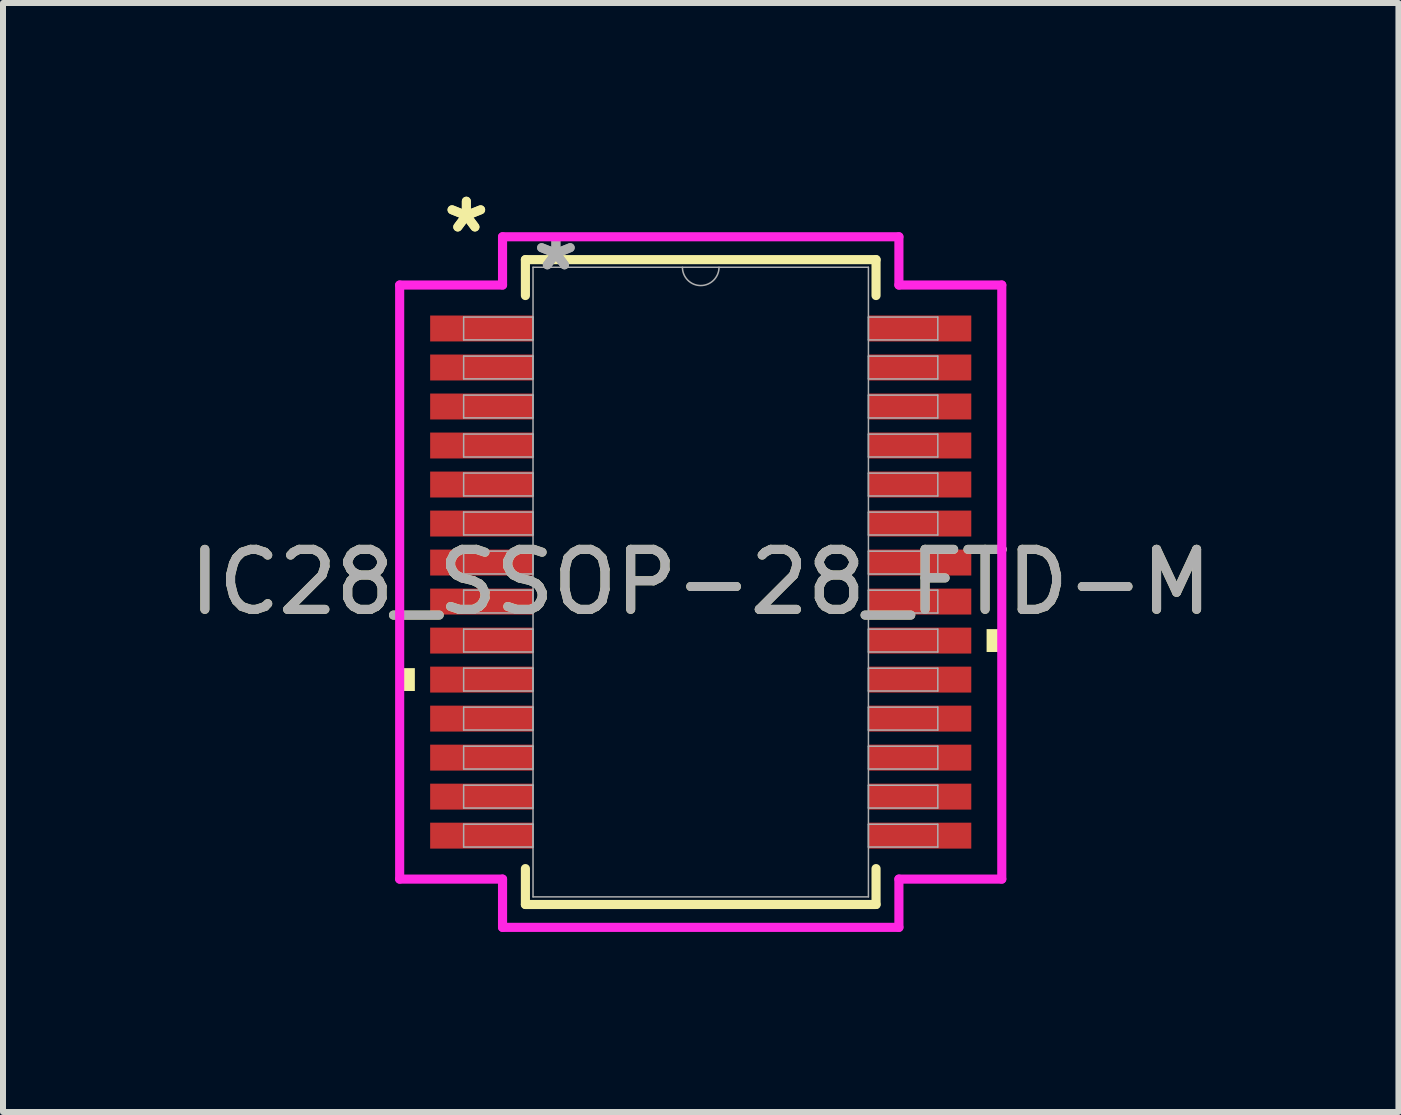
<source format=kicad_pcb>
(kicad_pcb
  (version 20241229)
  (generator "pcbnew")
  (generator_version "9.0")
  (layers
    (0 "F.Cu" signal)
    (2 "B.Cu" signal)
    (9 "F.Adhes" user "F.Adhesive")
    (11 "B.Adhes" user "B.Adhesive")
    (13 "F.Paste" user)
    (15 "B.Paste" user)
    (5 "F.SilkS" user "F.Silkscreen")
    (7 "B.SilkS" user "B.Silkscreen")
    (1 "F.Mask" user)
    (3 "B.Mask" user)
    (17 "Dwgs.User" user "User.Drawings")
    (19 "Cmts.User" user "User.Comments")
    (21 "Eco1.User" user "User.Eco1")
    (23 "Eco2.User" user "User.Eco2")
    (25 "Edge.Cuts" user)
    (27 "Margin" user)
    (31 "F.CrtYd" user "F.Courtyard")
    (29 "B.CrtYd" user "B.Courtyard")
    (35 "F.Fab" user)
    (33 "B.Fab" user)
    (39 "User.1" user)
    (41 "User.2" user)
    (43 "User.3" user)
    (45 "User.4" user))
  (footprint "IC28_SSOP-28_FTD-M"
    (layer "F.Cu")
    (at 8.625 6.648)
    (property "Reference" "IC28_SSOP-28_FTD-M" (at 0 0 0) (unlocked yes) (layer "F.SilkS") (effects (font (size 1 1) (thickness 0.15))))
    (attr smd)
    (fp_line (start -2.921 -5.372) (end -2.921 -4.774) (stroke (width 0.152) (type solid)) (layer "F.SilkS"))
    (fp_line (start -2.921 4.774) (end -2.921 5.372) (stroke (width 0.152) (type solid)) (layer "F.SilkS"))
    (fp_line (start -2.921 5.372) (end 2.921 5.372) (stroke (width 0.152) (type solid)) (layer "F.SilkS"))
    (fp_line (start 2.921 -5.372) (end -2.921 -5.372) (stroke (width 0.152) (type solid)) (layer "F.SilkS"))
    (fp_line (start 2.921 -4.774) (end 2.921 -5.372) (stroke (width 0.152) (type solid)) (layer "F.SilkS"))
    (fp_line (start 2.921 5.372) (end 2.921 4.774) (stroke (width 0.152) (type solid)) (layer "F.SilkS"))
    (fp_poly (pts (xy -5.016 1.434) (xy -5.016 1.815) (xy -4.763 1.815) (xy -4.763 1.434)) (stroke (width 0) (type solid)) (fill yes) (layer "F.SilkS"))
    (fp_poly (pts (xy 5.016 0.784) (xy 5.016 1.165) (xy 4.763 1.165) (xy 4.763 0.784)) (stroke (width 0) (type solid)) (fill yes) (layer "F.SilkS"))
    (fp_line (start -5.016 -4.949) (end -3.302 -4.949) (stroke (width 0.152) (type solid)) (layer "F.CrtYd"))
    (fp_line (start -5.016 4.949) (end -5.016 -4.949) (stroke (width 0.152) (type solid)) (layer "F.CrtYd"))
    (fp_line (start -5.016 4.949) (end -3.302 4.949) (stroke (width 0.152) (type solid)) (layer "F.CrtYd"))
    (fp_line (start -3.302 -5.753) (end 3.302 -5.753) (stroke (width 0.152) (type solid)) (layer "F.CrtYd"))
    (fp_line (start -3.302 -4.949) (end -3.302 -5.753) (stroke (width 0.152) (type solid)) (layer "F.CrtYd"))
    (fp_line (start -3.302 5.753) (end -3.302 4.949) (stroke (width 0.152) (type solid)) (layer "F.CrtYd"))
    (fp_line (start 3.302 -5.753) (end 3.302 -4.949) (stroke (width 0.152) (type solid)) (layer "F.CrtYd"))
    (fp_line (start 3.302 4.949) (end 3.302 5.753) (stroke (width 0.152) (type solid)) (layer "F.CrtYd"))
    (fp_line (start 3.302 5.753) (end -3.302 5.753) (stroke (width 0.152) (type solid)) (layer "F.CrtYd"))
    (fp_line (start 5.016 -4.949) (end 3.302 -4.949) (stroke (width 0.152) (type solid)) (layer "F.CrtYd"))
    (fp_line (start 5.016 -4.949) (end 5.016 4.949) (stroke (width 0.152) (type solid)) (layer "F.CrtYd"))
    (fp_line (start 5.016 4.949) (end 3.302 4.949) (stroke (width 0.152) (type solid)) (layer "F.CrtYd"))
    (fp_line (start -3.95 -4.415) (end -3.95 -4.035) (stroke (width 0.025) (type solid)) (layer "F.Fab"))
    (fp_line (start -3.95 -4.035) (end -2.794 -4.035) (stroke (width 0.025) (type solid)) (layer "F.Fab"))
    (fp_line (start -3.95 -3.765) (end -3.95 -3.385) (stroke (width 0.025) (type solid)) (layer "F.Fab"))
    (fp_line (start -3.95 -3.385) (end -2.794 -3.385) (stroke (width 0.025) (type solid)) (layer "F.Fab"))
    (fp_line (start -3.95 -3.115) (end -3.95 -2.735) (stroke (width 0.025) (type solid)) (layer "F.Fab"))
    (fp_line (start -3.95 -2.735) (end -2.794 -2.735) (stroke (width 0.025) (type solid)) (layer "F.Fab"))
    (fp_line (start -3.95 -2.466) (end -3.95 -2.084) (stroke (width 0.025) (type solid)) (layer "F.Fab"))
    (fp_line (start -3.95 -2.084) (end -2.794 -2.084) (stroke (width 0.025) (type solid)) (layer "F.Fab"))
    (fp_line (start -3.95 -1.816) (end -3.95 -1.435) (stroke (width 0.025) (type solid)) (layer "F.Fab"))
    (fp_line (start -3.95 -1.435) (end -2.794 -1.435) (stroke (width 0.025) (type solid)) (layer "F.Fab"))
    (fp_line (start -3.95 -1.166) (end -3.95 -0.785) (stroke (width 0.025) (type solid)) (layer "F.Fab"))
    (fp_line (start -3.95 -0.785) (end -2.794 -0.785) (stroke (width 0.025) (type solid)) (layer "F.Fab"))
    (fp_line (start -3.95 -0.516) (end -3.95 -0.135) (stroke (width 0.025) (type solid)) (layer "F.Fab"))
    (fp_line (start -3.95 -0.135) (end -2.794 -0.135) (stroke (width 0.025) (type solid)) (layer "F.Fab"))
    (fp_line (start -3.95 0.134) (end -3.95 0.515) (stroke (width 0.025) (type solid)) (layer "F.Fab"))
    (fp_line (start -3.95 0.515) (end -2.794 0.515) (stroke (width 0.025) (type solid)) (layer "F.Fab"))
    (fp_line (start -3.95 0.784) (end -3.95 1.165) (stroke (width 0.025) (type solid)) (layer "F.Fab"))
    (fp_line (start -3.95 1.165) (end -2.794 1.165) (stroke (width 0.025) (type solid)) (layer "F.Fab"))
    (fp_line (start -3.95 1.434) (end -3.95 1.815) (stroke (width 0.025) (type solid)) (layer "F.Fab"))
    (fp_line (start -3.95 1.815) (end -2.794 1.815) (stroke (width 0.025) (type solid)) (layer "F.Fab"))
    (fp_line (start -3.95 2.084) (end -3.95 2.465) (stroke (width 0.025) (type solid)) (layer "F.Fab"))
    (fp_line (start -3.95 2.465) (end -2.794 2.465) (stroke (width 0.025) (type solid)) (layer "F.Fab"))
    (fp_line (start -3.95 2.734) (end -3.95 3.115) (stroke (width 0.025) (type solid)) (layer "F.Fab"))
    (fp_line (start -3.95 3.115) (end -2.794 3.115) (stroke (width 0.025) (type solid)) (layer "F.Fab"))
    (fp_line (start -3.95 3.384) (end -3.95 3.765) (stroke (width 0.025) (type solid)) (layer "F.Fab"))
    (fp_line (start -3.95 3.765) (end -2.794 3.765) (stroke (width 0.025) (type solid)) (layer "F.Fab"))
    (fp_line (start -3.95 4.034) (end -3.95 4.415) (stroke (width 0.025) (type solid)) (layer "F.Fab"))
    (fp_line (start -3.95 4.415) (end -2.794 4.415) (stroke (width 0.025) (type solid)) (layer "F.Fab"))
    (fp_line (start -2.794 -5.245) (end -2.794 5.245) (stroke (width 0.025) (type solid)) (layer "F.Fab"))
    (fp_line (start -2.794 -4.415) (end -3.95 -4.415) (stroke (width 0.025) (type solid)) (layer "F.Fab"))
    (fp_line (start -2.794 -4.035) (end -2.794 -4.415) (stroke (width 0.025) (type solid)) (layer "F.Fab"))
    (fp_line (start -2.794 -3.765) (end -3.95 -3.765) (stroke (width 0.025) (type solid)) (layer "F.Fab"))
    (fp_line (start -2.794 -3.385) (end -2.794 -3.765) (stroke (width 0.025) (type solid)) (layer "F.Fab"))
    (fp_line (start -2.794 -3.115) (end -3.95 -3.115) (stroke (width 0.025) (type solid)) (layer "F.Fab"))
    (fp_line (start -2.794 -2.735) (end -2.794 -3.115) (stroke (width 0.025) (type solid)) (layer "F.Fab"))
    (fp_line (start -2.794 -2.466) (end -3.95 -2.466) (stroke (width 0.025) (type solid)) (layer "F.Fab"))
    (fp_line (start -2.794 -2.084) (end -2.794 -2.466) (stroke (width 0.025) (type solid)) (layer "F.Fab"))
    (fp_line (start -2.794 -1.816) (end -3.95 -1.816) (stroke (width 0.025) (type solid)) (layer "F.Fab"))
    (fp_line (start -2.794 -1.435) (end -2.794 -1.816) (stroke (width 0.025) (type solid)) (layer "F.Fab"))
    (fp_line (start -2.794 -1.166) (end -3.95 -1.166) (stroke (width 0.025) (type solid)) (layer "F.Fab"))
    (fp_line (start -2.794 -0.785) (end -2.794 -1.166) (stroke (width 0.025) (type solid)) (layer "F.Fab"))
    (fp_line (start -2.794 -0.516) (end -3.95 -0.516) (stroke (width 0.025) (type solid)) (layer "F.Fab"))
    (fp_line (start -2.794 -0.135) (end -2.794 -0.516) (stroke (width 0.025) (type solid)) (layer "F.Fab"))
    (fp_line (start -2.794 0.134) (end -3.95 0.134) (stroke (width 0.025) (type solid)) (layer "F.Fab"))
    (fp_line (start -2.794 0.515) (end -2.794 0.134) (stroke (width 0.025) (type solid)) (layer "F.Fab"))
    (fp_line (start -2.794 0.784) (end -3.95 0.784) (stroke (width 0.025) (type solid)) (layer "F.Fab"))
    (fp_line (start -2.794 1.165) (end -2.794 0.784) (stroke (width 0.025) (type solid)) (layer "F.Fab"))
    (fp_line (start -2.794 1.434) (end -3.95 1.434) (stroke (width 0.025) (type solid)) (layer "F.Fab"))
    (fp_line (start -2.794 1.815) (end -2.794 1.434) (stroke (width 0.025) (type solid)) (layer "F.Fab"))
    (fp_line (start -2.794 2.084) (end -3.95 2.084) (stroke (width 0.025) (type solid)) (layer "F.Fab"))
    (fp_line (start -2.794 2.465) (end -2.794 2.084) (stroke (width 0.025) (type solid)) (layer "F.Fab"))
    (fp_line (start -2.794 2.734) (end -3.95 2.734) (stroke (width 0.025) (type solid)) (layer "F.Fab"))
    (fp_line (start -2.794 3.115) (end -2.794 2.734) (stroke (width 0.025) (type solid)) (layer "F.Fab"))
    (fp_line (start -2.794 3.384) (end -3.95 3.384) (stroke (width 0.025) (type solid)) (layer "F.Fab"))
    (fp_line (start -2.794 3.765) (end -2.794 3.384) (stroke (width 0.025) (type solid)) (layer "F.Fab"))
    (fp_line (start -2.794 4.034) (end -3.95 4.034) (stroke (width 0.025) (type solid)) (layer "F.Fab"))
    (fp_line (start -2.794 4.415) (end -2.794 4.034) (stroke (width 0.025) (type solid)) (layer "F.Fab"))
    (fp_line (start -2.794 5.245) (end 2.794 5.245) (stroke (width 0.025) (type solid)) (layer "F.Fab"))
    (fp_line (start 2.794 -5.245) (end -2.794 -5.245) (stroke (width 0.025) (type solid)) (layer "F.Fab"))
    (fp_line (start 2.794 -4.415) (end 2.794 -4.034) (stroke (width 0.025) (type solid)) (layer "F.Fab"))
    (fp_line (start 2.794 -4.034) (end 3.95 -4.034) (stroke (width 0.025) (type solid)) (layer "F.Fab"))
    (fp_line (start 2.794 -3.765) (end 2.794 -3.384) (stroke (width 0.025) (type solid)) (layer "F.Fab"))
    (fp_line (start 2.794 -3.384) (end 3.95 -3.384) (stroke (width 0.025) (type solid)) (layer "F.Fab"))
    (fp_line (start 2.794 -3.115) (end 2.794 -2.734) (stroke (width 0.025) (type solid)) (layer "F.Fab"))
    (fp_line (start 2.794 -2.734) (end 3.95 -2.734) (stroke (width 0.025) (type solid)) (layer "F.Fab"))
    (fp_line (start 2.794 -2.465) (end 2.794 -2.084) (stroke (width 0.025) (type solid)) (layer "F.Fab"))
    (fp_line (start 2.794 -2.084) (end 3.95 -2.084) (stroke (width 0.025) (type solid)) (layer "F.Fab"))
    (fp_line (start 2.794 -1.815) (end 2.794 -1.434) (stroke (width 0.025) (type solid)) (layer "F.Fab"))
    (fp_line (start 2.794 -1.434) (end 3.95 -1.434) (stroke (width 0.025) (type solid)) (layer "F.Fab"))
    (fp_line (start 2.794 -1.165) (end 2.794 -0.784) (stroke (width 0.025) (type solid)) (layer "F.Fab"))
    (fp_line (start 2.794 -0.784) (end 3.95 -0.784) (stroke (width 0.025) (type solid)) (layer "F.Fab"))
    (fp_line (start 2.794 -0.515) (end 2.794 -0.134) (stroke (width 0.025) (type solid)) (layer "F.Fab"))
    (fp_line (start 2.794 -0.134) (end 3.95 -0.134) (stroke (width 0.025) (type solid)) (layer "F.Fab"))
    (fp_line (start 2.794 0.135) (end 2.794 0.516) (stroke (width 0.025) (type solid)) (layer "F.Fab"))
    (fp_line (start 2.794 0.516) (end 3.95 0.516) (stroke (width 0.025) (type solid)) (layer "F.Fab"))
    (fp_line (start 2.794 0.784) (end 2.794 1.165) (stroke (width 0.025) (type solid)) (layer "F.Fab"))
    (fp_line (start 2.794 1.165) (end 3.95 1.165) (stroke (width 0.025) (type solid)) (layer "F.Fab"))
    (fp_line (start 2.794 1.435) (end 2.794 1.815) (stroke (width 0.025) (type solid)) (layer "F.Fab"))
    (fp_line (start 2.794 1.815) (end 3.95 1.815) (stroke (width 0.025) (type solid)) (layer "F.Fab"))
    (fp_line (start 2.794 2.084) (end 2.794 2.466) (stroke (width 0.025) (type solid)) (layer "F.Fab"))
    (fp_line (start 2.794 2.466) (end 3.95 2.466) (stroke (width 0.025) (type solid)) (layer "F.Fab"))
    (fp_line (start 2.794 2.735) (end 2.794 3.115) (stroke (width 0.025) (type solid)) (layer "F.Fab"))
    (fp_line (start 2.794 3.115) (end 3.95 3.115) (stroke (width 0.025) (type solid)) (layer "F.Fab"))
    (fp_line (start 2.794 3.385) (end 2.794 3.765) (stroke (width 0.025) (type solid)) (layer "F.Fab"))
    (fp_line (start 2.794 3.765) (end 3.95 3.765) (stroke (width 0.025) (type solid)) (layer "F.Fab"))
    (fp_line (start 2.794 4.035) (end 2.794 4.415) (stroke (width 0.025) (type solid)) (layer "F.Fab"))
    (fp_line (start 2.794 4.415) (end 3.95 4.415) (stroke (width 0.025) (type solid)) (layer "F.Fab"))
    (fp_line (start 2.794 5.245) (end 2.794 -5.245) (stroke (width 0.025) (type solid)) (layer "F.Fab"))
    (fp_line (start 3.95 -4.415) (end 2.794 -4.415) (stroke (width 0.025) (type solid)) (layer "F.Fab"))
    (fp_line (start 3.95 -4.034) (end 3.95 -4.415) (stroke (width 0.025) (type solid)) (layer "F.Fab"))
    (fp_line (start 3.95 -3.765) (end 2.794 -3.765) (stroke (width 0.025) (type solid)) (layer "F.Fab"))
    (fp_line (start 3.95 -3.384) (end 3.95 -3.765) (stroke (width 0.025) (type solid)) (layer "F.Fab"))
    (fp_line (start 3.95 -3.115) (end 2.794 -3.115) (stroke (width 0.025) (type solid)) (layer "F.Fab"))
    (fp_line (start 3.95 -2.734) (end 3.95 -3.115) (stroke (width 0.025) (type solid)) (layer "F.Fab"))
    (fp_line (start 3.95 -2.465) (end 2.794 -2.465) (stroke (width 0.025) (type solid)) (layer "F.Fab"))
    (fp_line (start 3.95 -2.084) (end 3.95 -2.465) (stroke (width 0.025) (type solid)) (layer "F.Fab"))
    (fp_line (start 3.95 -1.815) (end 2.794 -1.815) (stroke (width 0.025) (type solid)) (layer "F.Fab"))
    (fp_line (start 3.95 -1.434) (end 3.95 -1.815) (stroke (width 0.025) (type solid)) (layer "F.Fab"))
    (fp_line (start 3.95 -1.165) (end 2.794 -1.165) (stroke (width 0.025) (type solid)) (layer "F.Fab"))
    (fp_line (start 3.95 -0.784) (end 3.95 -1.165) (stroke (width 0.025) (type solid)) (layer "F.Fab"))
    (fp_line (start 3.95 -0.515) (end 2.794 -0.515) (stroke (width 0.025) (type solid)) (layer "F.Fab"))
    (fp_line (start 3.95 -0.134) (end 3.95 -0.515) (stroke (width 0.025) (type solid)) (layer "F.Fab"))
    (fp_line (start 3.95 0.135) (end 2.794 0.135) (stroke (width 0.025) (type solid)) (layer "F.Fab"))
    (fp_line (start 3.95 0.516) (end 3.95 0.135) (stroke (width 0.025) (type solid)) (layer "F.Fab"))
    (fp_line (start 3.95 0.784) (end 2.794 0.784) (stroke (width 0.025) (type solid)) (layer "F.Fab"))
    (fp_line (start 3.95 1.165) (end 3.95 0.784) (stroke (width 0.025) (type solid)) (layer "F.Fab"))
    (fp_line (start 3.95 1.435) (end 2.794 1.435) (stroke (width 0.025) (type solid)) (layer "F.Fab"))
    (fp_line (start 3.95 1.815) (end 3.95 1.435) (stroke (width 0.025) (type solid)) (layer "F.Fab"))
    (fp_line (start 3.95 2.084) (end 2.794 2.084) (stroke (width 0.025) (type solid)) (layer "F.Fab"))
    (fp_line (start 3.95 2.466) (end 3.95 2.084) (stroke (width 0.025) (type solid)) (layer "F.Fab"))
    (fp_line (start 3.95 2.735) (end 2.794 2.735) (stroke (width 0.025) (type solid)) (layer "F.Fab"))
    (fp_line (start 3.95 3.115) (end 3.95 2.735) (stroke (width 0.025) (type solid)) (layer "F.Fab"))
    (fp_line (start 3.95 3.385) (end 2.794 3.385) (stroke (width 0.025) (type solid)) (layer "F.Fab"))
    (fp_line (start 3.95 3.765) (end 3.95 3.385) (stroke (width 0.025) (type solid)) (layer "F.Fab"))
    (fp_line (start 3.95 4.035) (end 2.794 4.035) (stroke (width 0.025) (type solid)) (layer "F.Fab"))
    (fp_line (start 3.95 4.415) (end 3.95 4.035) (stroke (width 0.025) (type solid)) (layer "F.Fab"))
    (fp_arc (start 0.3048 -5.2451) (mid 0 -4.9403) (end -0.3048 -5.2451) (stroke (width 0.0254) (type solid)) (layer "F.Fab"))
    (fp_text user "*" (at -3.905 -5.8 0) (layer "F.SilkS") (effects (font (size 1 1) (thickness 0.15))))
    (fp_text user "*" (at -3.905 -5.8 0) (unlocked yes) (layer "F.SilkS") (effects (font (size 1 1) (thickness 0.15))))
    (fp_text user "*" (at -2.413 -5.169 0) (layer "F.Fab") (effects (font (size 1 1) (thickness 0.15))))
    (fp_text user "*" (at -2.413 -5.169 0) (unlocked yes) (layer "F.Fab") (effects (font (size 1 1) (thickness 0.15))))
    (fp_text user "${REFERENCE}" (at 0 0 0) (unlocked yes) (layer "F.Fab") (effects (font (size 1 1) (thickness 0.15))))
    (pad "1" smd rect (at -3.651 -4.225) (size 1.714 0.432) (layers "F.Cu" "F.Mask" "F.Paste"))
    (pad "2" smd rect (at -3.651 -3.575) (size 1.714 0.432) (layers "F.Cu" "F.Mask" "F.Paste"))
    (pad "3" smd rect (at -3.651 -2.925) (size 1.714 0.432) (layers "F.Cu" "F.Mask" "F.Paste"))
    (pad "4" smd rect (at -3.651 -2.275) (size 1.714 0.432) (layers "F.Cu" "F.Mask" "F.Paste"))
    (pad "5" smd rect (at -3.651 -1.625) (size 1.714 0.432) (layers "F.Cu" "F.Mask" "F.Paste"))
    (pad "6" smd rect (at -3.651 -0.975) (size 1.714 0.432) (layers "F.Cu" "F.Mask" "F.Paste"))
    (pad "7" smd rect (at -3.651 -0.325) (size 1.714 0.432) (layers "F.Cu" "F.Mask" "F.Paste"))
    (pad "8" smd rect (at -3.651 0.325) (size 1.714 0.432) (layers "F.Cu" "F.Mask" "F.Paste"))
    (pad "9" smd rect (at -3.651 0.975) (size 1.714 0.432) (layers "F.Cu" "F.Mask" "F.Paste"))
    (pad "10" smd rect (at -3.651 1.625) (size 1.714 0.432) (layers "F.Cu" "F.Mask" "F.Paste"))
    (pad "11" smd rect (at -3.651 2.275) (size 1.714 0.432) (layers "F.Cu" "F.Mask" "F.Paste"))
    (pad "12" smd rect (at -3.651 2.925) (size 1.714 0.432) (layers "F.Cu" "F.Mask" "F.Paste"))
    (pad "13" smd rect (at -3.651 3.575) (size 1.714 0.432) (layers "F.Cu" "F.Mask" "F.Paste"))
    (pad "14" smd rect (at -3.651 4.225) (size 1.714 0.432) (layers "F.Cu" "F.Mask" "F.Paste"))
    (pad "15" smd rect (at 3.651 4.225) (size 1.714 0.432) (layers "F.Cu" "F.Mask" "F.Paste"))
    (pad "16" smd rect (at 3.651 3.575) (size 1.714 0.432) (layers "F.Cu" "F.Mask" "F.Paste"))
    (pad "17" smd rect (at 3.651 2.925) (size 1.714 0.432) (layers "F.Cu" "F.Mask" "F.Paste"))
    (pad "18" smd rect (at 3.651 2.275) (size 1.714 0.432) (layers "F.Cu" "F.Mask" "F.Paste"))
    (pad "19" smd rect (at 3.651 1.625) (size 1.714 0.432) (layers "F.Cu" "F.Mask" "F.Paste"))
    (pad "20" smd rect (at 3.651 0.975) (size 1.714 0.432) (layers "F.Cu" "F.Mask" "F.Paste"))
    (pad "21" smd rect (at 3.651 0.325) (size 1.714 0.432) (layers "F.Cu" "F.Mask" "F.Paste"))
    (pad "22" smd rect (at 3.651 -0.325) (size 1.714 0.432) (layers "F.Cu" "F.Mask" "F.Paste"))
    (pad "23" smd rect (at 3.651 -0.975) (size 1.714 0.432) (layers "F.Cu" "F.Mask" "F.Paste"))
    (pad "24" smd rect (at 3.651 -1.625) (size 1.714 0.432) (layers "F.Cu" "F.Mask" "F.Paste"))
    (pad "25" smd rect (at 3.651 -2.275) (size 1.714 0.432) (layers "F.Cu" "F.Mask" "F.Paste"))
    (pad "26" smd rect (at 3.651 -2.925) (size 1.714 0.432) (layers "F.Cu" "F.Mask" "F.Paste"))
    (pad "27" smd rect (at 3.651 -3.575) (size 1.714 0.432) (layers "F.Cu" "F.Mask" "F.Paste"))
    (pad "28" smd rect (at 3.651 -4.225) (size 1.714 0.432) (layers "F.Cu" "F.Mask" "F.Paste")))
  (gr_rect
    (start -3 -3)
    (end 20.25 15.477)
    (stroke (width 0.1) (type default))
    (fill no)
    (layer "Edge.Cuts")))
</source>
